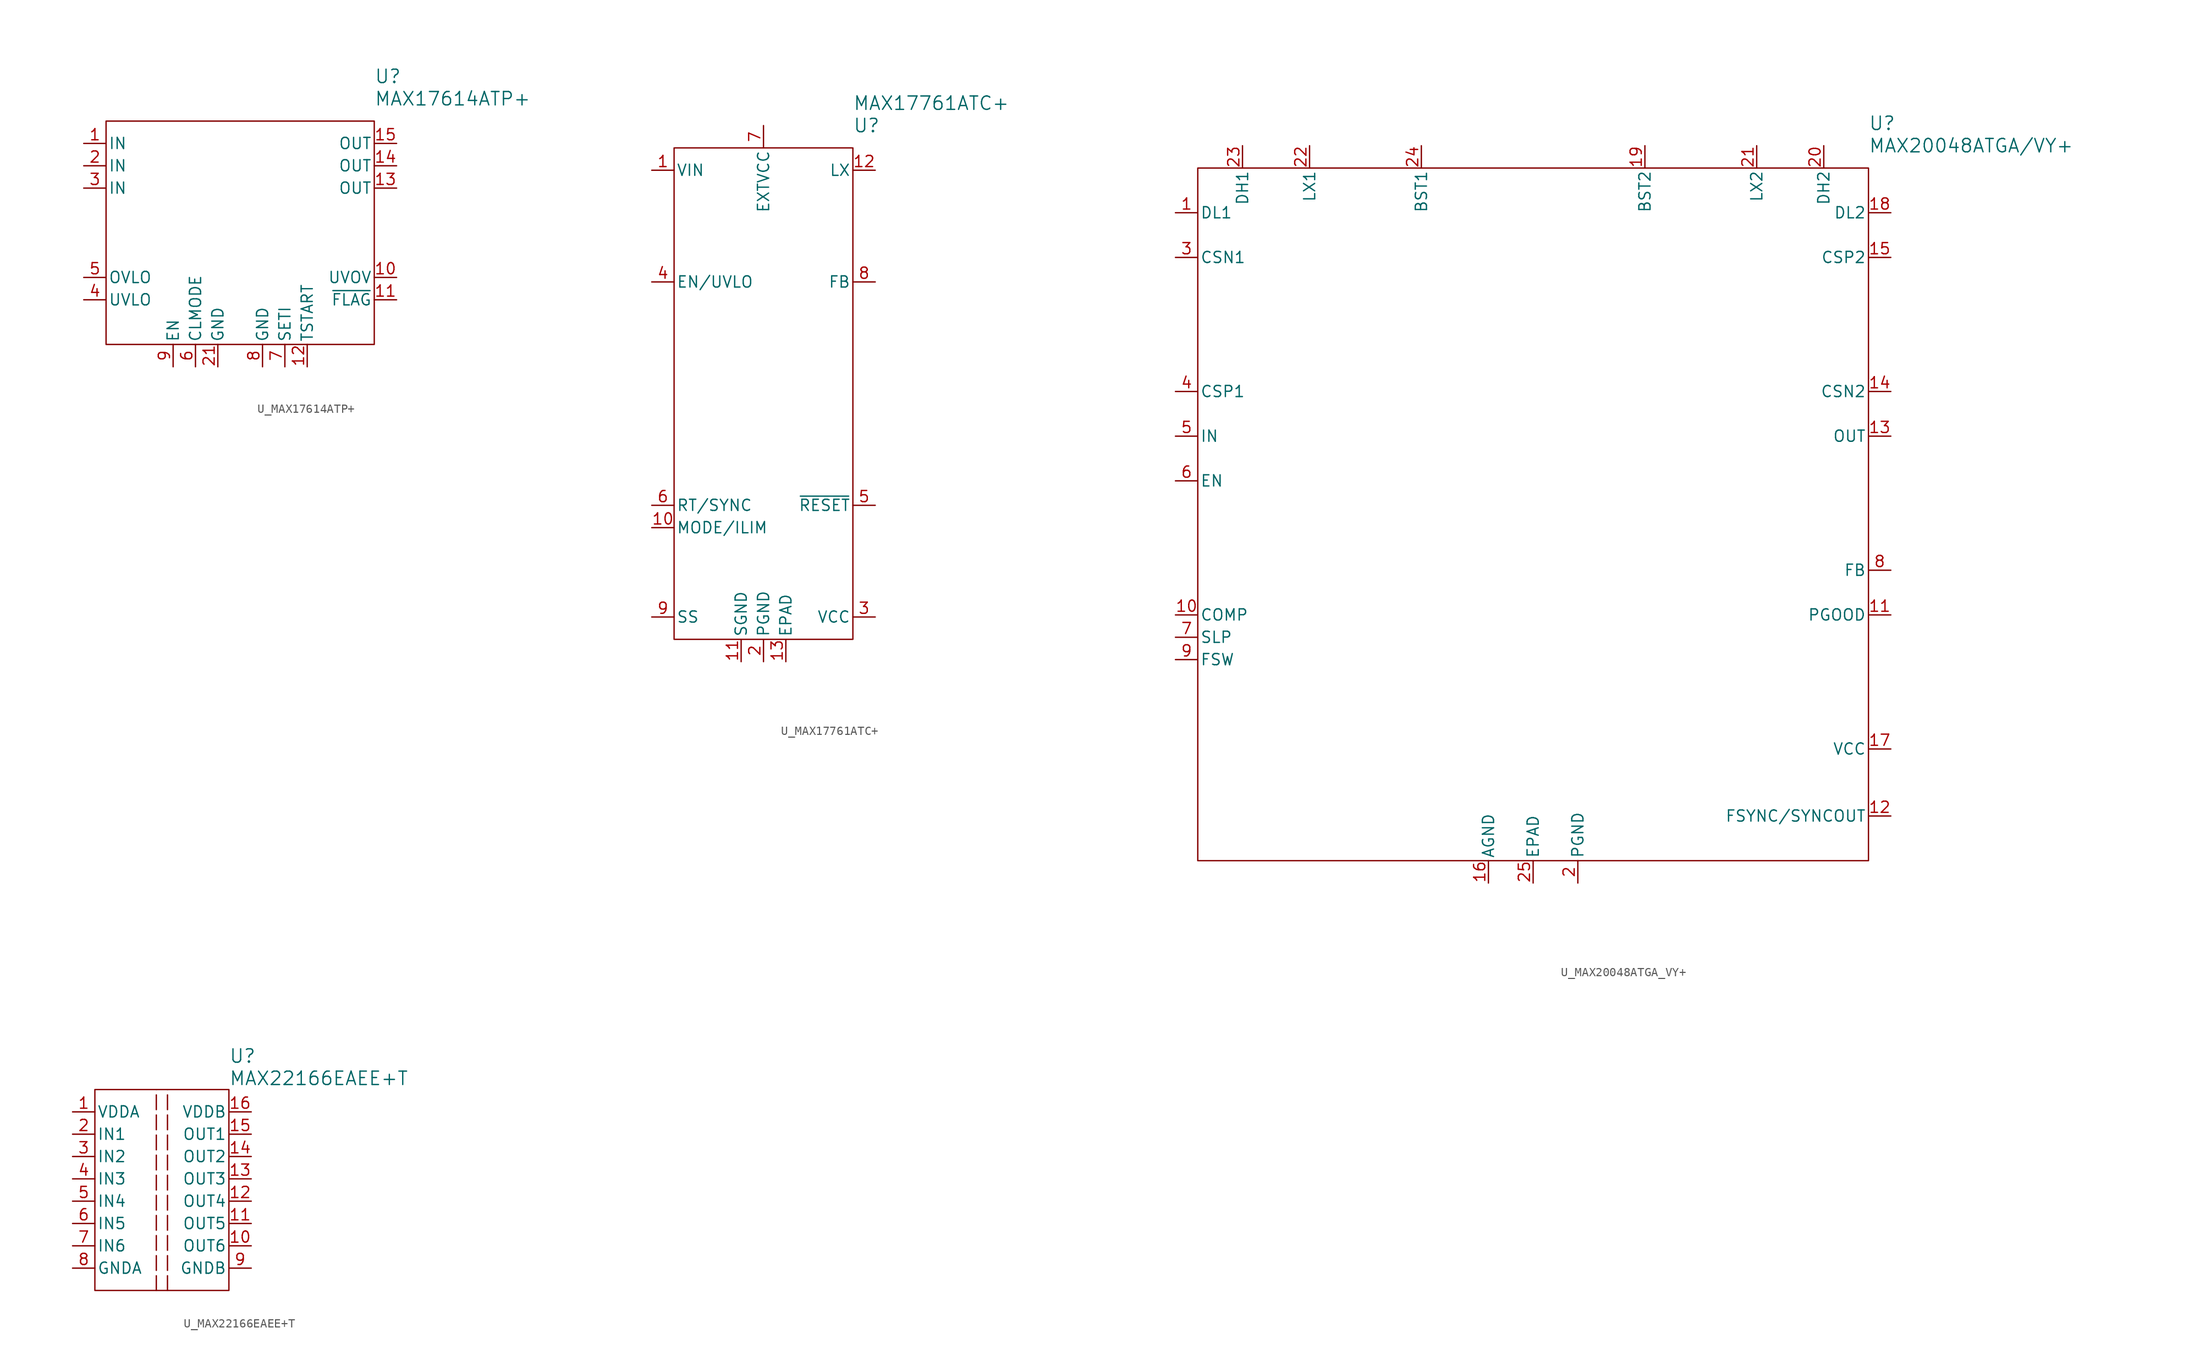
<source format=kicad_sym>
(kicad_symbol_lib
  (version 20241209)
  (generator "kicad_symbol_editor")
  (generator_version "9.0")
  (symbol "U_MAX17614ATP+"
    (pin_names
      (offset 0.254))
    (property "Reference" "U"
      (at 15.24 17.78 0)
      (effects (font (size 1.524 1.524)) (justify left)))
    (property "Value" "MAX17614ATP+"
      (at 15.24 15.24 0)
      (effects (font (size 1.524 1.524)) (justify left)))
    (symbol "U_MAX17614ATP+_0_1"
      (rectangle (start -15.24 12.7) (end 15.24 -12.7) (stroke (width 0) (type default)) (fill (type none))))
    (symbol "U_MAX17614ATP+_1_1"
      (pin power_in line (at -17.78 10.16 0) (length 2.54) (name "IN" (effects (font (size 1.27 1.27)))) (number "1" (effects (font (size 1.27 1.27)))))
      (pin power_in line (at -17.78 7.62 0) (length 2.54) (name "IN" (effects (font (size 1.27 1.27)))) (number "2" (effects (font (size 1.27 1.27)))))
      (pin power_in line (at -17.78 5.08 0) (length 2.54) (name "IN" (effects (font (size 1.27 1.27)))) (number "3" (effects (font (size 1.27 1.27)))))
      (pin input line (at -17.78 -5.08 0) (length 2.54) (name "OVLO" (effects (font (size 1.27 1.27)))) (number "5" (effects (font (size 1.27 1.27)))))
      (pin input line (at -17.78 -7.62 0) (length 2.54) (name "UVLO" (effects (font (size 1.27 1.27)))) (number "4" (effects (font (size 1.27 1.27)))))
      (pin input line (at -7.62 -15.24 90) (length 2.54) (name "EN" (effects (font (size 1.27 1.27)))) (number "9" (effects (font (size 1.27 1.27)))))
      (pin no_connect line (at -5.08 15.24 270) (length 2.54) (hide yes) (name "NC" (effects (font (size 1.27 1.27)))) (number "20" (effects (font (size 1.27 1.27)))))
      (pin input line (at -5.08 -15.24 90) (length 2.54) (name "CLMODE" (effects (font (size 1.27 1.27)))) (number "6" (effects (font (size 1.27 1.27)))))
      (pin no_connect line (at -2.54 15.24 270) (length 2.54) (hide yes) (name "NC" (effects (font (size 1.27 1.27)))) (number "19" (effects (font (size 1.27 1.27)))))
      (pin power_in line (at -2.54 -15.24 90) (length 2.54) (name "GND" (effects (font (size 1.27 1.27)))) (number "21" (effects (font (size 1.27 1.27)))))
      (pin no_connect line (at 0 15.24 270) (length 2.54) (hide yes) (name "NC" (effects (font (size 1.27 1.27)))) (number "18" (effects (font (size 1.27 1.27)))))
      (pin no_connect line (at 2.54 15.24 270) (length 2.54) (hide yes) (name "NC" (effects (font (size 1.27 1.27)))) (number "17" (effects (font (size 1.27 1.27)))))
      (pin power_in line (at 2.54 -15.24 90) (length 2.54) (name "GND" (effects (font (size 1.27 1.27)))) (number "8" (effects (font (size 1.27 1.27)))))
      (pin no_connect line (at 5.08 15.24 270) (length 2.54) (hide yes) (name "NC" (effects (font (size 1.27 1.27)))) (number "16" (effects (font (size 1.27 1.27)))))
      (pin input line (at 5.08 -15.24 90) (length 2.54) (name "SETI" (effects (font (size 1.27 1.27)))) (number "7" (effects (font (size 1.27 1.27)))))
      (pin input line (at 7.62 -15.24 90) (length 2.54) (name "TSTART" (effects (font (size 1.27 1.27)))) (number "12" (effects (font (size 1.27 1.27)))))
      (pin power_out line (at 17.78 10.16 180) (length 2.54) (name "OUT" (effects (font (size 1.27 1.27)))) (number "15" (effects (font (size 1.27 1.27)))))
      (pin power_out line (at 17.78 7.62 180) (length 2.54) (name "OUT" (effects (font (size 1.27 1.27)))) (number "14" (effects (font (size 1.27 1.27)))))
      (pin power_out line (at 17.78 5.08 180) (length 2.54) (name "OUT" (effects (font (size 1.27 1.27)))) (number "13" (effects (font (size 1.27 1.27)))))
      (pin output line (at 17.78 -5.08 180) (length 2.54) (name "UVOV" (effects (font (size 1.27 1.27)))) (number "10" (effects (font (size 1.27 1.27)))))
      (pin output line (at 17.78 -7.62 180) (length 2.54) (name "~{FLAG}" (effects (font (size 1.27 1.27)))) (number "11" (effects (font (size 1.27 1.27)))))))
  (symbol "U_MAX17761ATC+"
    (pin_names
      (offset 0.254))
    (property "Reference" "U"
      (at 10.16 27.94 0)
      (effects (font (size 1.524 1.524)) (justify left)))
    (property "Value" "MAX17761ATC+"
      (at 10.16 30.48 0)
      (effects (font (size 1.524 1.524)) (justify left)))
    (symbol "U_MAX17761ATC+_0_1"
      (pin power_in line (at 12.7 -27.94 180) (length 2.54) (name "VCC" (effects (font (size 1.27 1.27)))) (number "3" (effects (font (size 1.27 1.27))))))
    (symbol "U_MAX17761ATC+_1_0"
      (rectangle (start -10.16 25.4) (end 10.16 -30.48) (stroke (width 0) (type default)) (fill (type none))))
    (symbol "U_MAX17761ATC+_1_1"
      (pin power_in line (at -12.7 22.86 0) (length 2.54) (name "VIN" (effects (font (size 1.27 1.27)))) (number "1" (effects (font (size 1.27 1.27)))))
      (pin input line (at -12.7 10.16 0) (length 2.54) (name "EN/UVLO" (effects (font (size 1.27 1.27)))) (number "4" (effects (font (size 1.27 1.27)))))
      (pin input line (at -12.7 -15.24 0) (length 2.54) (name "RT/SYNC" (effects (font (size 1.27 1.27)))) (number "6" (effects (font (size 1.27 1.27)))))
      (pin input line (at -12.7 -17.78 0) (length 2.54) (name "MODE/ILIM" (effects (font (size 1.27 1.27)))) (number "10" (effects (font (size 1.27 1.27)))))
      (pin input line (at -12.7 -27.94 0) (length 2.54) (name "SS" (effects (font (size 1.27 1.27)))) (number "9" (effects (font (size 1.27 1.27)))))
      (pin power_in line (at -2.54 -33.02 90) (length 2.54) (name "SGND" (effects (font (size 1.27 1.27)))) (number "11" (effects (font (size 1.27 1.27)))))
      (pin power_in line (at 0 27.94 270) (length 2.54) (name "EXTVCC" (effects (font (size 1.27 1.27)))) (number "7" (effects (font (size 1.27 1.27)))))
      (pin power_in line (at 0 -33.02 90) (length 2.54) (name "PGND" (effects (font (size 1.27 1.27)))) (number "2" (effects (font (size 1.27 1.27)))))
      (pin power_in line (at 2.54 -33.02 90) (length 2.54) (name "EPAD" (effects (font (size 1.27 1.27)))) (number "13" (effects (font (size 1.27 1.27)))))
      (pin input line (at 12.7 22.86 180) (length 2.54) (name "LX" (effects (font (size 1.27 1.27)))) (number "12" (effects (font (size 1.27 1.27)))))
      (pin input line (at 12.7 10.16 180) (length 2.54) (name "FB" (effects (font (size 1.27 1.27)))) (number "8" (effects (font (size 1.27 1.27)))))
      (pin output line (at 12.7 -15.24 180) (length 2.54) (name "~{RESET}" (effects (font (size 1.27 1.27)))) (number "5" (effects (font (size 1.27 1.27)))))))
  (symbol "U_MAX20048ATGA_VY+"
    (pin_names
      (offset 0.254))
    (property "Reference" "U"
      (at 38.1 45.72 0)
      (effects (font (size 1.524 1.524)) (justify left)))
    (property "Value" "MAX20048ATGA/VY+"
      (at 38.1 43.18 0)
      (effects (font (size 1.524 1.524)) (justify left)))
    (symbol "U_MAX20048ATGA_VY+_0_1"
      (pin input line (at -40.64 30.48 0) (length 2.54) (name "CSN1" (effects (font (size 1.27 1.27)))) (number "3" (effects (font (size 1.27 1.27)))))
      (pin input line (at -40.64 15.24 0) (length 2.54) (name "CSP1" (effects (font (size 1.27 1.27)))) (number "4" (effects (font (size 1.27 1.27)))))
      (pin input line (at -40.64 10.16 0) (length 2.54) (name "IN" (effects (font (size 1.27 1.27)))) (number "5" (effects (font (size 1.27 1.27)))))
      (pin input line (at -40.64 5.08 0) (length 2.54) (name "EN" (effects (font (size 1.27 1.27)))) (number "6" (effects (font (size 1.27 1.27)))))
      (pin output line (at -40.64 -10.16 0) (length 2.54) (name "COMP" (effects (font (size 1.27 1.27)))) (number "10" (effects (font (size 1.27 1.27)))))
      (pin unspecified line (at -12.7 43.18 270) (length 2.54) (name "BST1" (effects (font (size 1.27 1.27)))) (number "24" (effects (font (size 1.27 1.27)))))
      (pin power_in line (at -5.08 -40.64 90) (length 2.54) (name "AGND" (effects (font (size 1.27 1.27)))) (number "16" (effects (font (size 1.27 1.27)))))
      (pin unspecified line (at 0 -40.64 90) (length 2.54) (name "EPAD" (effects (font (size 1.27 1.27)))) (number "25" (effects (font (size 1.27 1.27)))))
      (pin power_in line (at 5.08 -40.64 90) (length 2.54) (name "PGND" (effects (font (size 1.27 1.27)))) (number "2" (effects (font (size 1.27 1.27)))))
      (pin unspecified line (at 12.7 43.18 270) (length 2.54) (name "BST2" (effects (font (size 1.27 1.27)))) (number "19" (effects (font (size 1.27 1.27)))))
      (pin input line (at 40.64 -5.08 180) (length 2.54) (name "FB" (effects (font (size 1.27 1.27)))) (number "8" (effects (font (size 1.27 1.27)))))
      (pin output line (at 40.64 -10.16 180) (length 2.54) (name "PGOOD" (effects (font (size 1.27 1.27)))) (number "11" (effects (font (size 1.27 1.27))))))
    (symbol "U_MAX20048ATGA_VY+_1_1"
      (rectangle (start -38.1 40.64) (end 38.1 -38.1) (stroke (width 0) (type default)) (fill (type none)))
      (pin output line (at -40.64 35.56 0) (length 2.54) (name "DL1" (effects (font (size 1.27 1.27)))) (number "1" (effects (font (size 1.27 1.27)))))
      (pin input line (at -40.64 -12.7 0) (length 2.54) (name "SLP" (effects (font (size 1.27 1.27)))) (number "7" (effects (font (size 1.27 1.27)))))
      (pin input line (at -40.64 -15.24 0) (length 2.54) (name "FSW" (effects (font (size 1.27 1.27)))) (number "9" (effects (font (size 1.27 1.27)))))
      (pin output line (at -33.02 43.18 270) (length 2.54) (name "DH1" (effects (font (size 1.27 1.27)))) (number "23" (effects (font (size 1.27 1.27)))))
      (pin input line (at -25.4 43.18 270) (length 2.54) (name "LX1" (effects (font (size 1.27 1.27)))) (number "22" (effects (font (size 1.27 1.27)))))
      (pin input line (at 25.4 43.18 270) (length 2.54) (name "LX2" (effects (font (size 1.27 1.27)))) (number "21" (effects (font (size 1.27 1.27)))))
      (pin output line (at 33.02 43.18 270) (length 2.54) (name "DH2" (effects (font (size 1.27 1.27)))) (number "20" (effects (font (size 1.27 1.27)))))
      (pin output line (at 40.64 35.56 180) (length 2.54) (name "DL2" (effects (font (size 1.27 1.27)))) (number "18" (effects (font (size 1.27 1.27)))))
      (pin input line (at 40.64 30.48 180) (length 2.54) (name "CSP2" (effects (font (size 1.27 1.27)))) (number "15" (effects (font (size 1.27 1.27)))))
      (pin input line (at 40.64 15.24 180) (length 2.54) (name "CSN2" (effects (font (size 1.27 1.27)))) (number "14" (effects (font (size 1.27 1.27)))))
      (pin power_out line (at 40.64 10.16 180) (length 2.54) (name "OUT" (effects (font (size 1.27 1.27)))) (number "13" (effects (font (size 1.27 1.27)))))
      (pin power_out line (at 40.64 -25.4 180) (length 2.54) (name "VCC" (effects (font (size 1.27 1.27)))) (number "17" (effects (font (size 1.27 1.27)))))
      (pin input line (at 40.64 -33.02 180) (length 2.54) (name "FSYNC/SYNCOUT" (effects (font (size 1.27 1.27)))) (number "12" (effects (font (size 1.27 1.27)))))))
  (symbol "U_MAX22166EAEE+T"
    (pin_names
      (offset 0.254))
    (property "Reference" "U"
      (at 7.62 15.24 0)
      (effects (font (size 1.524 1.524)) (justify left)))
    (property "Value" "MAX22166EAEE+T"
      (at 7.62 12.7 0)
      (effects (font (size 1.524 1.524)) (justify left)))
    (symbol "U_MAX22166EAEE+T_0_1"
      (rectangle (start -7.62 11.43) (end 7.62 -11.43) (stroke (width 0) (type default)) (fill (type none)))
      (pin power_in line (at -10.16 8.89 0) (length 2.54) (name "VDDA" (effects (font (size 1.27 1.27)))) (number "1" (effects (font (size 1.27 1.27)))))
      (pin input line (at -10.16 6.35 0) (length 2.54) (name "IN1" (effects (font (size 1.27 1.27)))) (number "2" (effects (font (size 1.27 1.27)))))
      (pin input line (at -10.16 3.81 0) (length 2.54) (name "IN2" (effects (font (size 1.27 1.27)))) (number "3" (effects (font (size 1.27 1.27)))))
      (pin input line (at -10.16 1.27 0) (length 2.54) (name "IN3" (effects (font (size 1.27 1.27)))) (number "4" (effects (font (size 1.27 1.27)))))
      (pin input line (at -10.16 -1.27 0) (length 2.54) (name "IN4" (effects (font (size 1.27 1.27)))) (number "5" (effects (font (size 1.27 1.27)))))
      (pin input line (at -10.16 -3.81 0) (length 2.54) (name "IN5" (effects (font (size 1.27 1.27)))) (number "6" (effects (font (size 1.27 1.27)))))
      (pin input line (at -10.16 -6.35 0) (length 2.54) (name "IN6" (effects (font (size 1.27 1.27)))) (number "7" (effects (font (size 1.27 1.27)))))
      (pin power_in line (at 10.16 8.89 180) (length 2.54) (name "VDDB" (effects (font (size 1.27 1.27)))) (number "16" (effects (font (size 1.27 1.27)))))
      (pin output line (at 10.16 6.35 180) (length 2.54) (name "OUT1" (effects (font (size 1.27 1.27)))) (number "15" (effects (font (size 1.27 1.27)))))
      (pin output line (at 10.16 3.81 180) (length 2.54) (name "OUT2" (effects (font (size 1.27 1.27)))) (number "14" (effects (font (size 1.27 1.27)))))
      (pin output line (at 10.16 1.27 180) (length 2.54) (name "OUT3" (effects (font (size 1.27 1.27)))) (number "13" (effects (font (size 1.27 1.27)))))
      (pin output line (at 10.16 -1.27 180) (length 2.54) (name "OUT4" (effects (font (size 1.27 1.27)))) (number "12" (effects (font (size 1.27 1.27)))))
      (pin output line (at 10.16 -3.81 180) (length 2.54) (name "OUT5" (effects (font (size 1.27 1.27)))) (number "11" (effects (font (size 1.27 1.27)))))
      (pin output line (at 10.16 -6.35 180) (length 2.54) (name "OUT6" (effects (font (size 1.27 1.27)))) (number "10" (effects (font (size 1.27 1.27))))))
    (symbol "U_MAX22166EAEE+T_1_1"
      (polyline (pts (xy -0.635 -11.43) (xy -0.635 11.43)) (stroke (width 0) (type dash)) (fill (type none)))
      (polyline (pts (xy 0.635 -11.43) (xy 0.635 11.43)) (stroke (width 0) (type dash)) (fill (type none)))
      (pin power_in line (at -10.16 -8.89 0) (length 2.54) (name "GNDA" (effects (font (size 1.27 1.27)))) (number "8" (effects (font (size 1.27 1.27)))))
      (pin power_in line (at 10.16 -8.89 180) (length 2.54) (name "GNDB" (effects (font (size 1.27 1.27)))) (number "9" (effects (font (size 1.27 1.27))))))))
</source>
